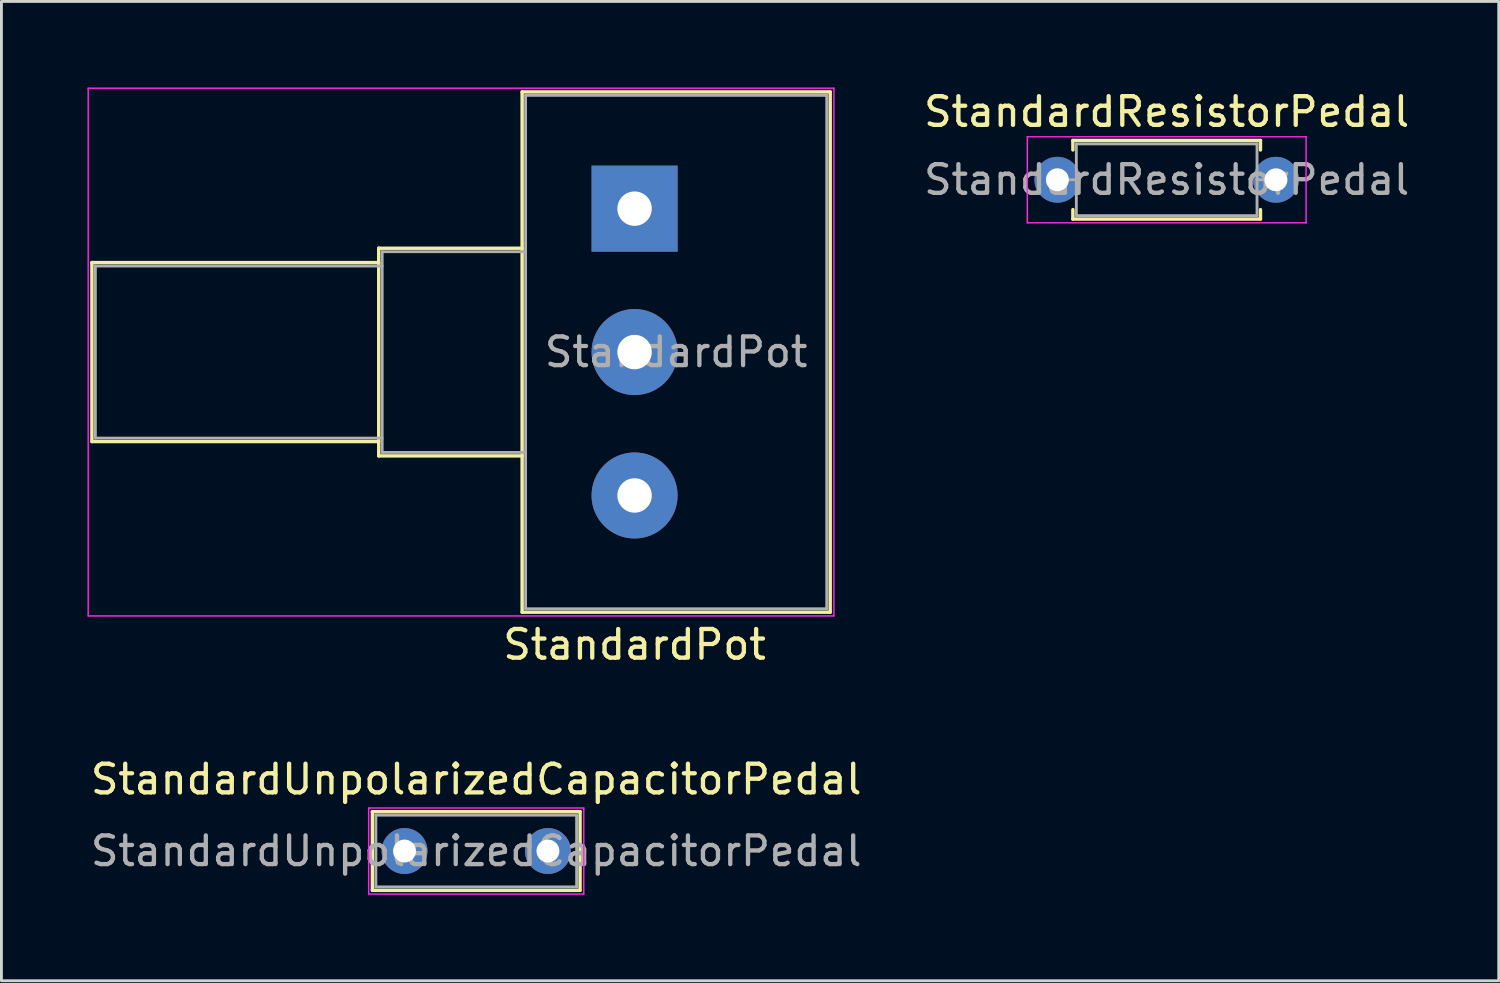
<source format=kicad_pcb>
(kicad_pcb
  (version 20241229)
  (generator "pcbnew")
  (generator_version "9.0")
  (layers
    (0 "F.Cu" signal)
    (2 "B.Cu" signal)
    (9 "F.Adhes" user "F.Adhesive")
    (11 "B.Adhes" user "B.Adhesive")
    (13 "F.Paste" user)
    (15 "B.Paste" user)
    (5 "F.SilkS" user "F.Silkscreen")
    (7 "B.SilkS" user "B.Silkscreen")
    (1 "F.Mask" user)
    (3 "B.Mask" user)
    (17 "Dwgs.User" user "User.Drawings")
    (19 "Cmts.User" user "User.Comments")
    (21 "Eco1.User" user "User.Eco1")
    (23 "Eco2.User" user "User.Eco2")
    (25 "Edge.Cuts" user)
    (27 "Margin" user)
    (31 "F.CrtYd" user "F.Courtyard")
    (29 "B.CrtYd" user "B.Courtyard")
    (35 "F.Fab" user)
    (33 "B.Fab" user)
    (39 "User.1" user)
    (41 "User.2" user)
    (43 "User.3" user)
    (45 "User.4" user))
  (footprint "StandardResistorPedal"
    (layer "F.Cu")
    (at 33.817 3.218)
    (property "Reference" "StandardResistorPedal" (at 3.81 -2.37 0) (layer "F.SilkS") (effects (font (size 1 1) (thickness 0.15))))
    (attr through_hole)
    (fp_line (start 0.54 -1.37) (end 7.08 -1.37) (stroke (width 0.12) (type solid)) (layer "F.SilkS"))
    (fp_line (start 0.54 -1.04) (end 0.54 -1.37) (stroke (width 0.12) (type solid)) (layer "F.SilkS"))
    (fp_line (start 0.54 1.04) (end 0.54 1.37) (stroke (width 0.12) (type solid)) (layer "F.SilkS"))
    (fp_line (start 0.54 1.37) (end 7.08 1.37) (stroke (width 0.12) (type solid)) (layer "F.SilkS"))
    (fp_line (start 7.08 -1.37) (end 7.08 -1.04) (stroke (width 0.12) (type solid)) (layer "F.SilkS"))
    (fp_line (start 7.08 1.37) (end 7.08 1.04) (stroke (width 0.12) (type solid)) (layer "F.SilkS"))
    (fp_line (start -1.05 -1.5) (end -1.05 1.5) (stroke (width 0.05) (type solid)) (layer "F.CrtYd"))
    (fp_line (start -1.05 1.5) (end 8.67 1.5) (stroke (width 0.05) (type solid)) (layer "F.CrtYd"))
    (fp_line (start 8.67 -1.5) (end -1.05 -1.5) (stroke (width 0.05) (type solid)) (layer "F.CrtYd"))
    (fp_line (start 8.67 1.5) (end 8.67 -1.5) (stroke (width 0.05) (type solid)) (layer "F.CrtYd"))
    (fp_line (start 0 0) (end 0.66 0) (stroke (width 0.1) (type solid)) (layer "F.Fab"))
    (fp_line (start 0.66 -1.25) (end 0.66 1.25) (stroke (width 0.1) (type solid)) (layer "F.Fab"))
    (fp_line (start 0.66 1.25) (end 6.96 1.25) (stroke (width 0.1) (type solid)) (layer "F.Fab"))
    (fp_line (start 6.96 -1.25) (end 0.66 -1.25) (stroke (width 0.1) (type solid)) (layer "F.Fab"))
    (fp_line (start 6.96 1.25) (end 6.96 -1.25) (stroke (width 0.1) (type solid)) (layer "F.Fab"))
    (fp_line (start 7.62 0) (end 6.96 0) (stroke (width 0.1) (type solid)) (layer "F.Fab"))
    (fp_text user "${REFERENCE}" (at 3.81 0 0) (layer "F.Fab") (effects (font (size 1 1) (thickness 0.15))))
    (pad "1" thru_hole circle (at 0 0) (size 1.6 1.6) (drill 0.8) (layers "*.Cu" "*.Mask"))
    (pad "2" thru_hole oval (at 7.62 0) (size 1.6 1.6) (drill 0.8) (layers "*.Cu" "*.Mask")))
  (footprint "StandardPot"
    (layer "F.Cu")
    (at 19.075 4.225)
    (property "Reference" "StandardPot" (at 0 15.2 0) (layer "F.SilkS") (effects (font (size 1 1) (thickness 0.15))))
    (attr through_hole)
    (fp_line (start -18.92 8.12) (end -18.92 1.88) (stroke (width 0.12) (type solid)) (layer "F.SilkS"))
    (fp_line (start -8.92 1.88) (end -18.92 1.88) (stroke (width 0.12) (type solid)) (layer "F.SilkS"))
    (fp_line (start -8.92 8.12) (end -18.92 8.12) (stroke (width 0.12) (type solid)) (layer "F.SilkS"))
    (fp_line (start -8.92 8.62) (end -8.92 1.38) (stroke (width 0.12) (type solid)) (layer "F.SilkS"))
    (fp_line (start -3.92 1.38) (end -8.92 1.38) (stroke (width 0.12) (type solid)) (layer "F.SilkS"))
    (fp_line (start -3.92 8.62) (end -8.92 8.62) (stroke (width 0.12) (type solid)) (layer "F.SilkS"))
    (fp_line (start -3.92 14.07) (end -3.92 -4.07) (stroke (width 0.12) (type solid)) (layer "F.SilkS"))
    (fp_line (start 6.82 -4.07) (end -3.92 -4.07) (stroke (width 0.12) (type solid)) (layer "F.SilkS"))
    (fp_line (start 6.82 14.07) (end -3.92 14.07) (stroke (width 0.12) (type solid)) (layer "F.SilkS"))
    (fp_line (start 6.82 14.07) (end 6.82 -4.07) (stroke (width 0.12) (type solid)) (layer "F.SilkS"))
    (fp_line (start -19.05 -4.2) (end -19.05 14.2) (stroke (width 0.05) (type solid)) (layer "F.CrtYd"))
    (fp_line (start -19.05 14.2) (end 6.95 14.2) (stroke (width 0.05) (type solid)) (layer "F.CrtYd"))
    (fp_line (start 6.95 -4.2) (end -19.05 -4.2) (stroke (width 0.05) (type solid)) (layer "F.CrtYd"))
    (fp_line (start 6.95 14.2) (end 6.95 -4.2) (stroke (width 0.05) (type solid)) (layer "F.CrtYd"))
    (fp_line (start -18.8 2) (end -18.8 8) (stroke (width 0.1) (type solid)) (layer "F.Fab"))
    (fp_line (start -18.8 8) (end -8.8 8) (stroke (width 0.1) (type solid)) (layer "F.Fab"))
    (fp_line (start -8.8 1.5) (end -8.8 8.5) (stroke (width 0.1) (type solid)) (layer "F.Fab"))
    (fp_line (start -8.8 2) (end -18.8 2) (stroke (width 0.1) (type solid)) (layer "F.Fab"))
    (fp_line (start -8.8 8.5) (end -3.8 8.5) (stroke (width 0.1) (type solid)) (layer "F.Fab"))
    (fp_line (start -3.8 -3.95) (end -3.8 13.95) (stroke (width 0.1) (type solid)) (layer "F.Fab"))
    (fp_line (start -3.8 1.5) (end -8.8 1.5) (stroke (width 0.1) (type solid)) (layer "F.Fab"))
    (fp_line (start -3.8 13.95) (end 6.7 13.95) (stroke (width 0.1) (type solid)) (layer "F.Fab"))
    (fp_line (start 6.7 -3.95) (end -3.8 -3.95) (stroke (width 0.1) (type solid)) (layer "F.Fab"))
    (fp_line (start 6.7 13.95) (end 6.7 -3.95) (stroke (width 0.1) (type solid)) (layer "F.Fab"))
    (fp_text user "${REFERENCE}" (at 1.45 5 0) (layer "F.Fab") (effects (font (size 1 1) (thickness 0.15))))
    (pad "1" thru_hole rect (at 0 0 180) (size 3 3) (drill 1.2) (layers "*.Cu" "*.Mask"))
    (pad "2" thru_hole circle (at 0 5 180) (size 3 3) (drill 1.2) (layers "*.Cu" "*.Mask"))
    (pad "3" thru_hole circle (at 0 10 180) (size 3 3) (drill 1.2) (layers "*.Cu" "*.Mask")))
  (footprint "StandardUnpolarizedCapacitorPedal"
    (layer "F.Cu")
    (at 11.054 26.622)
    (property "Reference" "StandardUnpolarizedCapacitorPedal" (at 2.5 -2.5 0) (layer "F.SilkS") (effects (font (size 1 1) (thickness 0.15))))
    (attr through_hole)
    (fp_line (start -1.12 -1.37) (end -1.12 1.37) (stroke (width 0.12) (type solid)) (layer "F.SilkS"))
    (fp_line (start -1.12 -1.37) (end 6.12 -1.37) (stroke (width 0.12) (type solid)) (layer "F.SilkS"))
    (fp_line (start -1.12 1.37) (end 6.12 1.37) (stroke (width 0.12) (type solid)) (layer "F.SilkS"))
    (fp_line (start 6.12 -1.37) (end 6.12 1.37) (stroke (width 0.12) (type solid)) (layer "F.SilkS"))
    (fp_line (start -1.25 -1.5) (end -1.25 1.5) (stroke (width 0.05) (type solid)) (layer "F.CrtYd"))
    (fp_line (start -1.25 1.5) (end 6.25 1.5) (stroke (width 0.05) (type solid)) (layer "F.CrtYd"))
    (fp_line (start 6.25 -1.5) (end -1.25 -1.5) (stroke (width 0.05) (type solid)) (layer "F.CrtYd"))
    (fp_line (start 6.25 1.5) (end 6.25 -1.5) (stroke (width 0.05) (type solid)) (layer "F.CrtYd"))
    (fp_line (start -1 -1.25) (end -1 1.25) (stroke (width 0.1) (type solid)) (layer "F.Fab"))
    (fp_line (start -1 1.25) (end 6 1.25) (stroke (width 0.1) (type solid)) (layer "F.Fab"))
    (fp_line (start 6 -1.25) (end -1 -1.25) (stroke (width 0.1) (type solid)) (layer "F.Fab"))
    (fp_line (start 6 1.25) (end 6 -1.25) (stroke (width 0.1) (type solid)) (layer "F.Fab"))
    (fp_text user "${REFERENCE}" (at 2.5 0 0) (layer "F.Fab") (effects (font (size 1 1) (thickness 0.15))))
    (pad "1" thru_hole circle (at 0 0) (size 1.6 1.6) (drill 0.8) (layers "*.Cu" "*.Mask"))
    (pad "2" thru_hole circle (at 5 0) (size 1.6 1.6) (drill 0.8) (layers "*.Cu" "*.Mask")))
  (gr_rect
    (start -3 -3)
    (end 49.205 31.146)
    (stroke (width 0.1) (type default))
    (fill no)
    (layer "Edge.Cuts")))
</source>
